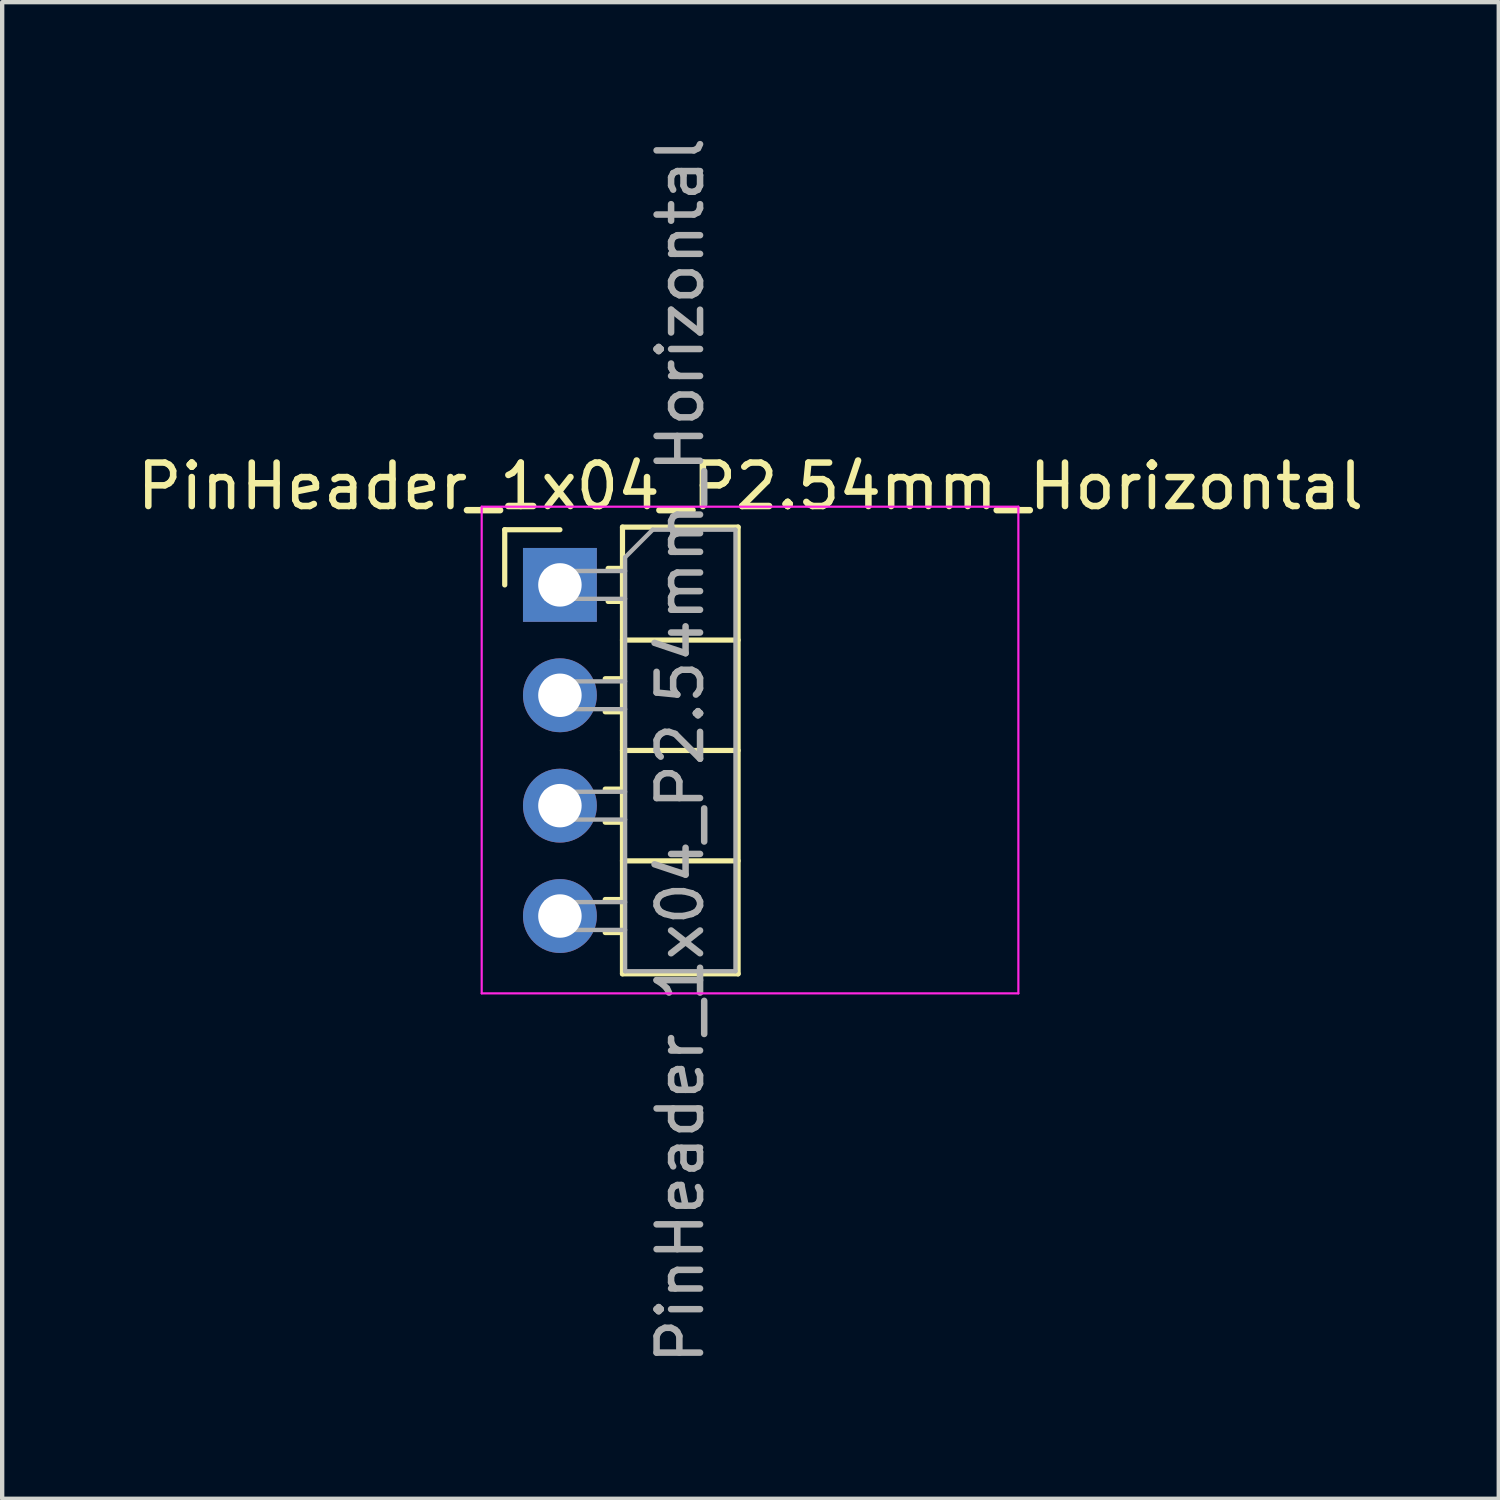
<source format=kicad_pcb>
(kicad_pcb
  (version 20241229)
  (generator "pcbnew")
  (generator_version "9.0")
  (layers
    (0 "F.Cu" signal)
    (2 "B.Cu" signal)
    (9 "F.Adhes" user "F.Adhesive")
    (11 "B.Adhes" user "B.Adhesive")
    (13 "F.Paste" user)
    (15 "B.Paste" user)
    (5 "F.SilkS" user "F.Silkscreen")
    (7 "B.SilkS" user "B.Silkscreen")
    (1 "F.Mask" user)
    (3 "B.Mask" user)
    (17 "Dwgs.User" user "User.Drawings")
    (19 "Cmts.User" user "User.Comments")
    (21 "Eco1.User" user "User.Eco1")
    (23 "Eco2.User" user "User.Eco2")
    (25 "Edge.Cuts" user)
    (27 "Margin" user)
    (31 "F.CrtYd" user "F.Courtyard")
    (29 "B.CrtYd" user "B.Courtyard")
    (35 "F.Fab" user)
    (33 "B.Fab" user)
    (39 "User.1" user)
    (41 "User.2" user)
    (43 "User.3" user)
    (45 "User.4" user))
  (footprint "PinHeader_1x04_P2.54mm_Horizontal"
    (layer "F.Cu")
    (at 9.835 10.41)
    (property "Reference" "PinHeader_1x04_P2.54mm_Horizontal" (at 4.385 -2.27 180) (layer "F.SilkS") (effects (font (size 1 1) (thickness 0.15))))
    (attr through_hole)
    (fp_line (start -1.27 -1.27) (end 0 -1.27) (stroke (width 0.12) (type solid)) (layer "F.SilkS"))
    (fp_line (start -1.27 0) (end -1.27 -1.27) (stroke (width 0.12) (type solid)) (layer "F.SilkS"))
    (fp_line (start 1.043 2.16) (end 1.44 2.16) (stroke (width 0.12) (type solid)) (layer "F.SilkS"))
    (fp_line (start 1.043 2.92) (end 1.44 2.92) (stroke (width 0.12) (type solid)) (layer "F.SilkS"))
    (fp_line (start 1.043 4.7) (end 1.44 4.7) (stroke (width 0.12) (type solid)) (layer "F.SilkS"))
    (fp_line (start 1.043 5.46) (end 1.44 5.46) (stroke (width 0.12) (type solid)) (layer "F.SilkS"))
    (fp_line (start 1.043 7.24) (end 1.44 7.24) (stroke (width 0.12) (type solid)) (layer "F.SilkS"))
    (fp_line (start 1.043 8) (end 1.44 8) (stroke (width 0.12) (type solid)) (layer "F.SilkS"))
    (fp_line (start 1.11 -0.38) (end 1.44 -0.38) (stroke (width 0.12) (type solid)) (layer "F.SilkS"))
    (fp_line (start 1.11 0.38) (end 1.44 0.38) (stroke (width 0.12) (type solid)) (layer "F.SilkS"))
    (fp_line (start 1.44 -1.33) (end 1.44 8.95) (stroke (width 0.12) (type solid)) (layer "F.SilkS"))
    (fp_line (start 1.44 1.27) (end 4.1 1.27) (stroke (width 0.12) (type solid)) (layer "F.SilkS"))
    (fp_line (start 1.44 3.81) (end 4.1 3.81) (stroke (width 0.12) (type solid)) (layer "F.SilkS"))
    (fp_line (start 1.44 6.35) (end 4.1 6.35) (stroke (width 0.12) (type solid)) (layer "F.SilkS"))
    (fp_line (start 1.44 8.95) (end 4.1 8.95) (stroke (width 0.12) (type solid)) (layer "F.SilkS"))
    (fp_line (start 4.1 -1.33) (end 1.44 -1.33) (stroke (width 0.12) (type solid)) (layer "F.SilkS"))
    (fp_line (start 4.1 8.95) (end 4.1 -1.33) (stroke (width 0.12) (type solid)) (layer "F.SilkS"))
    (fp_line (start -1.8 -1.8) (end -1.8 9.4) (stroke (width 0.05) (type solid)) (layer "F.CrtYd"))
    (fp_line (start -1.8 9.4) (end 10.55 9.4) (stroke (width 0.05) (type solid)) (layer "F.CrtYd"))
    (fp_line (start 10.55 -1.8) (end -1.8 -1.8) (stroke (width 0.05) (type solid)) (layer "F.CrtYd"))
    (fp_line (start 10.55 9.4) (end 10.55 -1.8) (stroke (width 0.05) (type solid)) (layer "F.CrtYd"))
    (fp_line (start -0.32 -0.32) (end -0.32 0.32) (stroke (width 0.1) (type solid)) (layer "F.Fab"))
    (fp_line (start -0.32 -0.32) (end 1.5 -0.32) (stroke (width 0.1) (type solid)) (layer "F.Fab"))
    (fp_line (start -0.32 0.32) (end 1.5 0.32) (stroke (width 0.1) (type solid)) (layer "F.Fab"))
    (fp_line (start -0.32 2.22) (end -0.32 2.86) (stroke (width 0.1) (type solid)) (layer "F.Fab"))
    (fp_line (start -0.32 2.22) (end 1.5 2.22) (stroke (width 0.1) (type solid)) (layer "F.Fab"))
    (fp_line (start -0.32 2.86) (end 1.5 2.86) (stroke (width 0.1) (type solid)) (layer "F.Fab"))
    (fp_line (start -0.32 4.76) (end -0.32 5.4) (stroke (width 0.1) (type solid)) (layer "F.Fab"))
    (fp_line (start -0.32 4.76) (end 1.5 4.76) (stroke (width 0.1) (type solid)) (layer "F.Fab"))
    (fp_line (start -0.32 5.4) (end 1.5 5.4) (stroke (width 0.1) (type solid)) (layer "F.Fab"))
    (fp_line (start -0.32 7.3) (end -0.32 7.94) (stroke (width 0.1) (type solid)) (layer "F.Fab"))
    (fp_line (start -0.32 7.3) (end 1.5 7.3) (stroke (width 0.1) (type solid)) (layer "F.Fab"))
    (fp_line (start -0.32 7.94) (end 1.5 7.94) (stroke (width 0.1) (type solid)) (layer "F.Fab"))
    (fp_line (start 1.5 -0.635) (end 2.135 -1.27) (stroke (width 0.1) (type solid)) (layer "F.Fab"))
    (fp_line (start 1.5 8.89) (end 1.5 -0.635) (stroke (width 0.1) (type solid)) (layer "F.Fab"))
    (fp_line (start 2.135 -1.27) (end 4.04 -1.27) (stroke (width 0.1) (type solid)) (layer "F.Fab"))
    (fp_line (start 4.04 -1.27) (end 4.04 8.89) (stroke (width 0.1) (type solid)) (layer "F.Fab"))
    (fp_line (start 4.04 8.89) (end 1.5 8.89) (stroke (width 0.1) (type solid)) (layer "F.Fab"))
    (fp_text user "${REFERENCE}" (at 2.77 3.81 90) (layer "F.Fab") (effects (font (size 1 1) (thickness 0.15))))
    (pad "1" thru_hole rect (at 0 0) (size 1.7 1.7) (drill 1) (layers "*.Cu" "*.Mask"))
    (pad "2" thru_hole oval (at 0 2.54) (size 1.7 1.7) (drill 1) (layers "*.Cu" "*.Mask"))
    (pad "3" thru_hole oval (at 0 5.08) (size 1.7 1.7) (drill 1) (layers "*.Cu" "*.Mask"))
    (pad "4" thru_hole oval (at 0 7.62) (size 1.7 1.7) (drill 1) (layers "*.Cu" "*.Mask")))
  (gr_rect
    (start -3 -3)
    (end 31.44 31.44)
    (stroke (width 0.1) (type default))
    (fill no)
    (layer "Edge.Cuts")))
</source>
